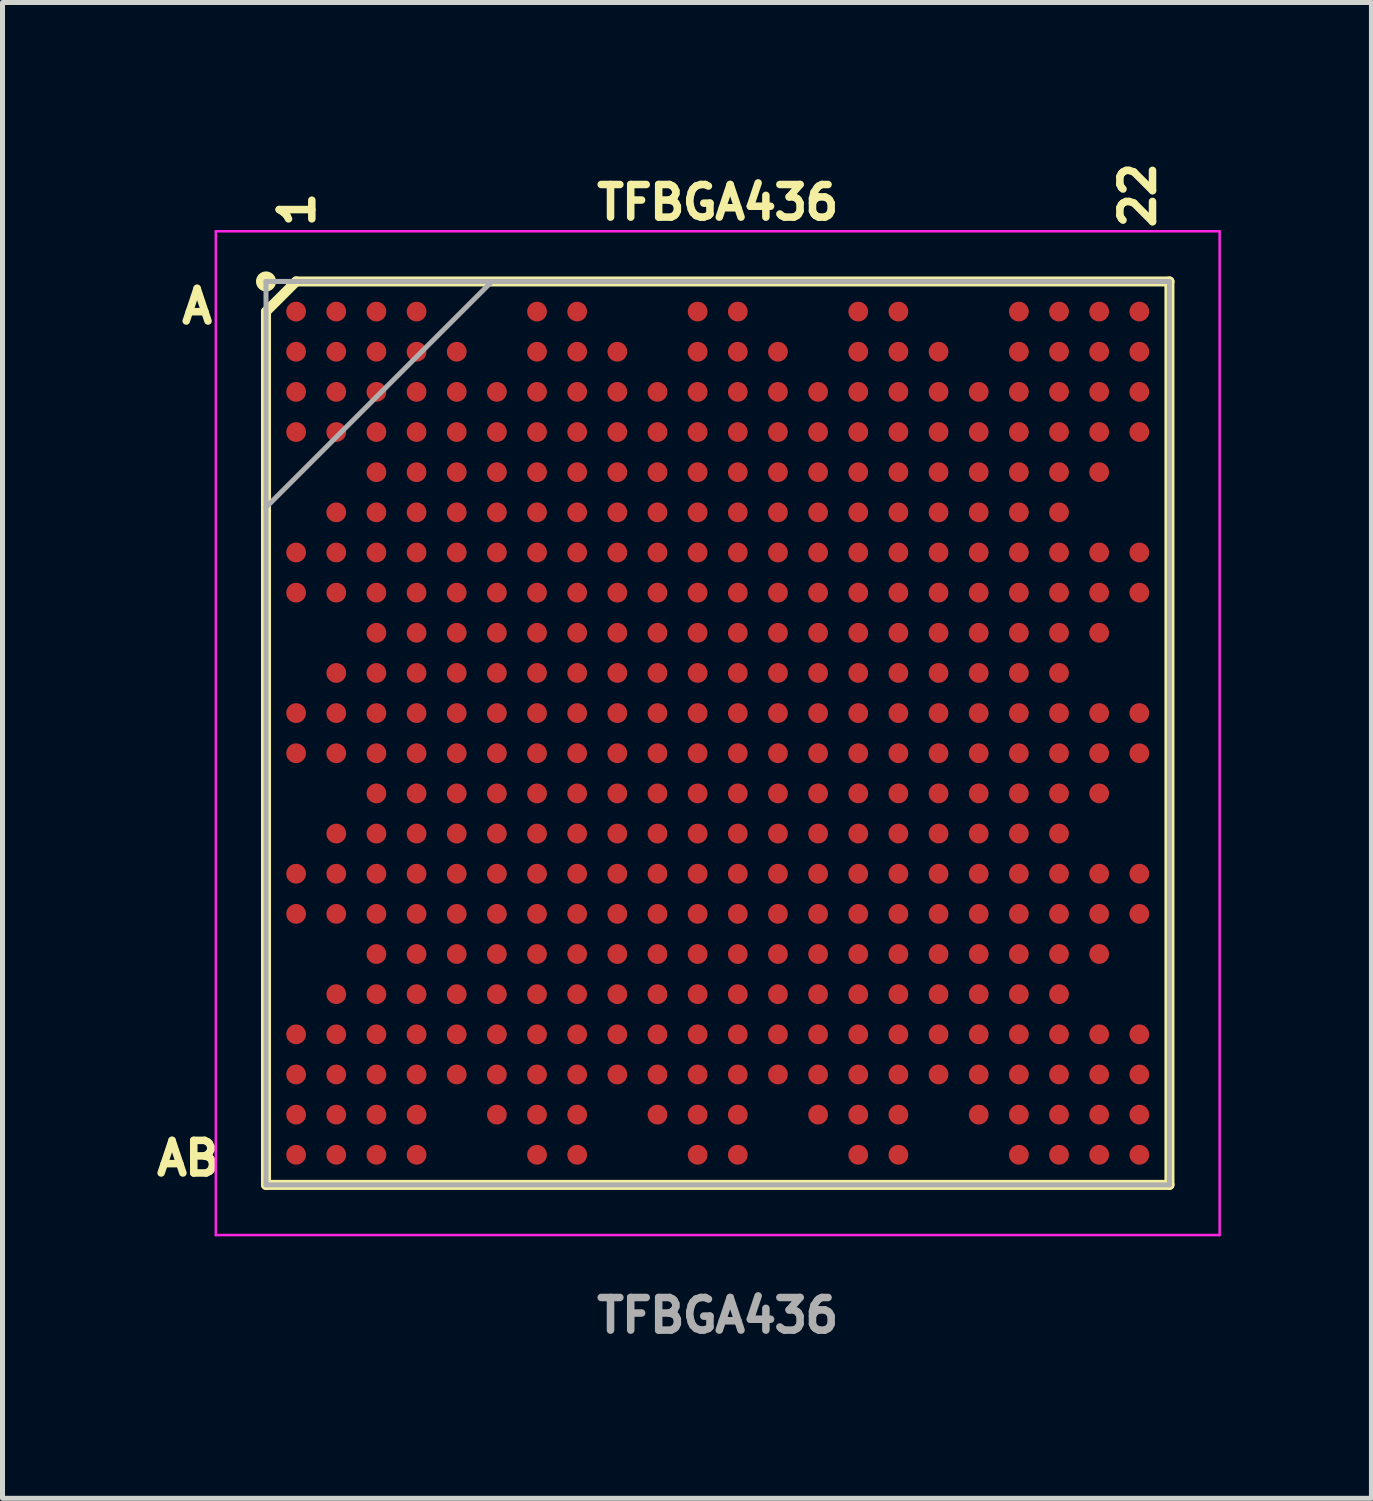
<source format=kicad_pcb>
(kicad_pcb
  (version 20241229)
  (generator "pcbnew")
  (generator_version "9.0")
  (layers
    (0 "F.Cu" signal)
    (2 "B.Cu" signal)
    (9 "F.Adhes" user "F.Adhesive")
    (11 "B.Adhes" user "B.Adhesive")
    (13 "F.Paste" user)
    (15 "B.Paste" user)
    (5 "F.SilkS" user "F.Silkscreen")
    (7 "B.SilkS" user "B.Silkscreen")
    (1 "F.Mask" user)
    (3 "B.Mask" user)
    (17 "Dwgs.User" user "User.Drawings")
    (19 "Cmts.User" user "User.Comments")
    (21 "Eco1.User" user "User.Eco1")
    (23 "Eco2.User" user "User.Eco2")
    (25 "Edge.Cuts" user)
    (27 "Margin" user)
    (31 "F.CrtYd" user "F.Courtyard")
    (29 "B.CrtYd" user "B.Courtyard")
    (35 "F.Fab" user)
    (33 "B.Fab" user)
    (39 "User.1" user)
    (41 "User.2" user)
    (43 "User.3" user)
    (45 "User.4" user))
  (footprint "TFBGA436"
    (layer "F.Cu")
    (at 11.25 11.558)
    (property "Reference" "TFBGA436" (at 0 -10.575 0) (layer "F.SilkS") (effects (font (size 0.65 0.65) (thickness 0.15) (bold yes))))
    (attr smd)
    (fp_line (start -9 -8.4) (end -8.4 -9) (stroke (width 0.2) (type solid)) (layer "F.SilkS"))
    (fp_line (start -9 9) (end -9 -8.4) (stroke (width 0.2) (type solid)) (layer "F.SilkS"))
    (fp_line (start -8.4 -9) (end 9 -9) (stroke (width 0.2) (type solid)) (layer "F.SilkS"))
    (fp_line (start 9 -9) (end 9 9) (stroke (width 0.2) (type solid)) (layer "F.SilkS"))
    (fp_line (start 9 9) (end -9 9) (stroke (width 0.2) (type solid)) (layer "F.SilkS"))
    (fp_circle (center -9 -9) (end -9 -8.9) (stroke (width 0.2) (type solid)) (fill no) (layer "F.SilkS"))
    (fp_line (start -10 -10) (end 10 -10) (stroke (width 0.05) (type solid)) (layer "F.CrtYd"))
    (fp_line (start -10 10) (end -10 -10) (stroke (width 0.05) (type solid)) (layer "F.CrtYd"))
    (fp_line (start 10 -10) (end 10 10) (stroke (width 0.05) (type solid)) (layer "F.CrtYd"))
    (fp_line (start 10 10) (end -10 10) (stroke (width 0.05) (type solid)) (layer "F.CrtYd"))
    (fp_line (start -9 -9) (end 9 -9) (stroke (width 0.1) (type solid)) (layer "F.Fab"))
    (fp_line (start -9 -4.5) (end -4.5 -9) (stroke (width 0.1) (type solid)) (layer "F.Fab"))
    (fp_line (start -9 9) (end -9 -9) (stroke (width 0.1) (type solid)) (layer "F.Fab"))
    (fp_line (start 9 -9) (end 9 9) (stroke (width 0.1) (type solid)) (layer "F.Fab"))
    (fp_line (start 9 9) (end -9 9) (stroke (width 0.1) (type solid)) (layer "F.Fab"))
    (fp_text user "A" (at -10.75 -8.125 0) (unlocked yes) (layer "F.SilkS") (effects (font (size 0.65 0.65) (thickness 0.15)) (justify left bottom)))
    (fp_text user "22" (at 8.75 -10 90) (unlocked yes) (layer "F.SilkS") (effects (font (size 0.65 0.65) (thickness 0.15)) (justify left bottom)))
    (fp_text user "1" (at -8 -10.025 90) (unlocked yes) (layer "F.SilkS") (effects (font (size 0.65 0.65) (thickness 0.15)) (justify left bottom)))
    (fp_text user "AB" (at -11.25 8.85 0) (unlocked yes) (layer "F.SilkS") (effects (font (size 0.65 0.65) (thickness 0.15)) (justify left bottom)))
    (fp_text user "${REFERENCE}" (at 0 11.6 0) (layer "F.Fab") (effects (font (size 0.65 0.65) (thickness 0.15) (bold yes))))
    (pad "A1" smd circle (at -8.4 -8.4 90) (size 0.394 0.394) (layers "F.Cu" "F.Mask" "F.Paste"))
    (pad "A2" smd circle (at -7.6 -8.4 90) (size 0.394 0.394) (layers "F.Cu" "F.Mask" "F.Paste"))
    (pad "A3" smd circle (at -6.8 -8.4 90) (size 0.394 0.394) (layers "F.Cu" "F.Mask" "F.Paste"))
    (pad "A4" smd circle (at -6 -8.4 90) (size 0.394 0.394) (layers "F.Cu" "F.Mask" "F.Paste"))
    (pad "A7" smd circle (at -3.6 -8.4 90) (size 0.394 0.394) (layers "F.Cu" "F.Mask" "F.Paste"))
    (pad "A8" smd circle (at -2.8 -8.4 90) (size 0.394 0.394) (layers "F.Cu" "F.Mask" "F.Paste"))
    (pad "A11" smd circle (at -0.4 -8.4 90) (size 0.394 0.394) (layers "F.Cu" "F.Mask" "F.Paste"))
    (pad "A12" smd circle (at 0.4 -8.4 90) (size 0.394 0.394) (layers "F.Cu" "F.Mask" "F.Paste"))
    (pad "A15" smd circle (at 2.8 -8.4 90) (size 0.394 0.394) (layers "F.Cu" "F.Mask" "F.Paste"))
    (pad "A16" smd circle (at 3.6 -8.4 90) (size 0.394 0.394) (layers "F.Cu" "F.Mask" "F.Paste"))
    (pad "A19" smd circle (at 6 -8.4 90) (size 0.394 0.394) (layers "F.Cu" "F.Mask" "F.Paste"))
    (pad "A20" smd circle (at 6.8 -8.4 90) (size 0.394 0.394) (layers "F.Cu" "F.Mask" "F.Paste"))
    (pad "A21" smd circle (at 7.6 -8.4 90) (size 0.394 0.394) (layers "F.Cu" "F.Mask" "F.Paste"))
    (pad "A22" smd circle (at 8.4 -8.4 90) (size 0.394 0.394) (layers "F.Cu" "F.Mask" "F.Paste"))
    (pad "AA1" smd circle (at -8.4 7.6 90) (size 0.394 0.394) (layers "F.Cu" "F.Mask" "F.Paste"))
    (pad "AA2" smd circle (at -7.6 7.6 90) (size 0.394 0.394) (layers "F.Cu" "F.Mask" "F.Paste"))
    (pad "AA3" smd circle (at -6.8 7.6 90) (size 0.394 0.394) (layers "F.Cu" "F.Mask" "F.Paste"))
    (pad "AA4" smd circle (at -6 7.6 90) (size 0.394 0.394) (layers "F.Cu" "F.Mask" "F.Paste"))
    (pad "AA6" smd circle (at -4.4 7.6 90) (size 0.394 0.394) (layers "F.Cu" "F.Mask" "F.Paste"))
    (pad "AA7" smd circle (at -3.6 7.6 90) (size 0.394 0.394) (layers "F.Cu" "F.Mask" "F.Paste"))
    (pad "AA8" smd circle (at -2.8 7.6 90) (size 0.394 0.394) (layers "F.Cu" "F.Mask" "F.Paste"))
    (pad "AA10" smd circle (at -1.2 7.6 90) (size 0.394 0.394) (layers "F.Cu" "F.Mask" "F.Paste"))
    (pad "AA11" smd circle (at -0.4 7.6 90) (size 0.394 0.394) (layers "F.Cu" "F.Mask" "F.Paste"))
    (pad "AA12" smd circle (at 0.4 7.6 90) (size 0.394 0.394) (layers "F.Cu" "F.Mask" "F.Paste"))
    (pad "AA14" smd circle (at 2 7.6 90) (size 0.394 0.394) (layers "F.Cu" "F.Mask" "F.Paste"))
    (pad "AA15" smd circle (at 2.8 7.6 90) (size 0.394 0.394) (layers "F.Cu" "F.Mask" "F.Paste"))
    (pad "AA16" smd circle (at 3.6 7.6 90) (size 0.394 0.394) (layers "F.Cu" "F.Mask" "F.Paste"))
    (pad "AA18" smd circle (at 5.2 7.6 90) (size 0.394 0.394) (layers "F.Cu" "F.Mask" "F.Paste"))
    (pad "AA19" smd circle (at 6 7.6 90) (size 0.394 0.394) (layers "F.Cu" "F.Mask" "F.Paste"))
    (pad "AA20" smd circle (at 6.8 7.6 90) (size 0.394 0.394) (layers "F.Cu" "F.Mask" "F.Paste"))
    (pad "AA21" smd circle (at 7.6 7.6 90) (size 0.394 0.394) (layers "F.Cu" "F.Mask" "F.Paste"))
    (pad "AA22" smd circle (at 8.4 7.6 90) (size 0.394 0.394) (layers "F.Cu" "F.Mask" "F.Paste"))
    (pad "AB1" smd circle (at -8.4 8.4 90) (size 0.394 0.394) (layers "F.Cu" "F.Mask" "F.Paste"))
    (pad "AB2" smd circle (at -7.6 8.4 90) (size 0.394 0.394) (layers "F.Cu" "F.Mask" "F.Paste"))
    (pad "AB3" smd circle (at -6.8 8.4 90) (size 0.394 0.394) (layers "F.Cu" "F.Mask" "F.Paste"))
    (pad "AB4" smd circle (at -6 8.4 90) (size 0.394 0.394) (layers "F.Cu" "F.Mask" "F.Paste"))
    (pad "AB7" smd circle (at -3.6 8.4 90) (size 0.394 0.394) (layers "F.Cu" "F.Mask" "F.Paste"))
    (pad "AB8" smd circle (at -2.8 8.4 90) (size 0.394 0.394) (layers "F.Cu" "F.Mask" "F.Paste"))
    (pad "AB11" smd circle (at -0.4 8.4 90) (size 0.394 0.394) (layers "F.Cu" "F.Mask" "F.Paste"))
    (pad "AB12" smd circle (at 0.4 8.4 90) (size 0.394 0.394) (layers "F.Cu" "F.Mask" "F.Paste"))
    (pad "AB15" smd circle (at 2.8 8.4 90) (size 0.394 0.394) (layers "F.Cu" "F.Mask" "F.Paste"))
    (pad "AB16" smd circle (at 3.6 8.4 90) (size 0.394 0.394) (layers "F.Cu" "F.Mask" "F.Paste"))
    (pad "AB19" smd circle (at 6 8.4 90) (size 0.394 0.394) (layers "F.Cu" "F.Mask" "F.Paste"))
    (pad "AB20" smd circle (at 6.8 8.4 90) (size 0.394 0.394) (layers "F.Cu" "F.Mask" "F.Paste"))
    (pad "AB21" smd circle (at 7.6 8.4 90) (size 0.394 0.394) (layers "F.Cu" "F.Mask" "F.Paste"))
    (pad "AB22" smd circle (at 8.4 8.4 90) (size 0.394 0.394) (layers "F.Cu" "F.Mask" "F.Paste"))
    (pad "B1" smd circle (at -8.4 -7.6 90) (size 0.394 0.394) (layers "F.Cu" "F.Mask" "F.Paste"))
    (pad "B2" smd circle (at -7.6 -7.6 90) (size 0.394 0.394) (layers "F.Cu" "F.Mask" "F.Paste"))
    (pad "B3" smd circle (at -6.8 -7.6 90) (size 0.394 0.394) (layers "F.Cu" "F.Mask" "F.Paste"))
    (pad "B4" smd circle (at -6 -7.6 90) (size 0.394 0.394) (layers "F.Cu" "F.Mask" "F.Paste"))
    (pad "B5" smd circle (at -5.2 -7.6 90) (size 0.394 0.394) (layers "F.Cu" "F.Mask" "F.Paste"))
    (pad "B7" smd circle (at -3.6 -7.6 90) (size 0.394 0.394) (layers "F.Cu" "F.Mask" "F.Paste"))
    (pad "B8" smd circle (at -2.8 -7.6 90) (size 0.394 0.394) (layers "F.Cu" "F.Mask" "F.Paste"))
    (pad "B9" smd circle (at -2 -7.6 90) (size 0.394 0.394) (layers "F.Cu" "F.Mask" "F.Paste"))
    (pad "B11" smd circle (at -0.4 -7.6 90) (size 0.394 0.394) (layers "F.Cu" "F.Mask" "F.Paste"))
    (pad "B12" smd circle (at 0.4 -7.6 90) (size 0.394 0.394) (layers "F.Cu" "F.Mask" "F.Paste"))
    (pad "B13" smd circle (at 1.2 -7.6 90) (size 0.394 0.394) (layers "F.Cu" "F.Mask" "F.Paste"))
    (pad "B15" smd circle (at 2.8 -7.6 90) (size 0.394 0.394) (layers "F.Cu" "F.Mask" "F.Paste"))
    (pad "B16" smd circle (at 3.6 -7.6 90) (size 0.394 0.394) (layers "F.Cu" "F.Mask" "F.Paste"))
    (pad "B17" smd circle (at 4.4 -7.6 90) (size 0.394 0.394) (layers "F.Cu" "F.Mask" "F.Paste"))
    (pad "B19" smd circle (at 6 -7.6 90) (size 0.394 0.394) (layers "F.Cu" "F.Mask" "F.Paste"))
    (pad "B20" smd circle (at 6.8 -7.6 90) (size 0.394 0.394) (layers "F.Cu" "F.Mask" "F.Paste"))
    (pad "B21" smd circle (at 7.6 -7.6 90) (size 0.394 0.394) (layers "F.Cu" "F.Mask" "F.Paste"))
    (pad "B22" smd circle (at 8.4 -7.6 90) (size 0.394 0.394) (layers "F.Cu" "F.Mask" "F.Paste"))
    (pad "C1" smd circle (at -8.4 -6.8 90) (size 0.394 0.394) (layers "F.Cu" "F.Mask" "F.Paste"))
    (pad "C2" smd circle (at -7.6 -6.8 90) (size 0.394 0.394) (layers "F.Cu" "F.Mask" "F.Paste"))
    (pad "C3" smd circle (at -6.8 -6.8 90) (size 0.394 0.394) (layers "F.Cu" "F.Mask" "F.Paste"))
    (pad "C4" smd circle (at -6 -6.8 90) (size 0.394 0.394) (layers "F.Cu" "F.Mask" "F.Paste"))
    (pad "C5" smd circle (at -5.2 -6.8 90) (size 0.394 0.394) (layers "F.Cu" "F.Mask" "F.Paste"))
    (pad "C6" smd circle (at -4.4 -6.8 90) (size 0.394 0.394) (layers "F.Cu" "F.Mask" "F.Paste"))
    (pad "C7" smd circle (at -3.6 -6.8 90) (size 0.394 0.394) (layers "F.Cu" "F.Mask" "F.Paste"))
    (pad "C8" smd circle (at -2.8 -6.8 90) (size 0.394 0.394) (layers "F.Cu" "F.Mask" "F.Paste"))
    (pad "C9" smd circle (at -2 -6.8 90) (size 0.394 0.394) (layers "F.Cu" "F.Mask" "F.Paste"))
    (pad "C10" smd circle (at -1.2 -6.8 90) (size 0.394 0.394) (layers "F.Cu" "F.Mask" "F.Paste"))
    (pad "C11" smd circle (at -0.4 -6.8 90) (size 0.394 0.394) (layers "F.Cu" "F.Mask" "F.Paste"))
    (pad "C12" smd circle (at 0.4 -6.8 90) (size 0.394 0.394) (layers "F.Cu" "F.Mask" "F.Paste"))
    (pad "C13" smd circle (at 1.2 -6.8 90) (size 0.394 0.394) (layers "F.Cu" "F.Mask" "F.Paste"))
    (pad "C14" smd circle (at 2 -6.8 90) (size 0.394 0.394) (layers "F.Cu" "F.Mask" "F.Paste"))
    (pad "C15" smd circle (at 2.8 -6.8 90) (size 0.394 0.394) (layers "F.Cu" "F.Mask" "F.Paste"))
    (pad "C16" smd circle (at 3.6 -6.8 90) (size 0.394 0.394) (layers "F.Cu" "F.Mask" "F.Paste"))
    (pad "C17" smd circle (at 4.4 -6.8 90) (size 0.394 0.394) (layers "F.Cu" "F.Mask" "F.Paste"))
    (pad "C18" smd circle (at 5.2 -6.8 90) (size 0.394 0.394) (layers "F.Cu" "F.Mask" "F.Paste"))
    (pad "C19" smd circle (at 6 -6.8 90) (size 0.394 0.394) (layers "F.Cu" "F.Mask" "F.Paste"))
    (pad "C20" smd circle (at 6.8 -6.8 90) (size 0.394 0.394) (layers "F.Cu" "F.Mask" "F.Paste"))
    (pad "C21" smd circle (at 7.6 -6.8 90) (size 0.394 0.394) (layers "F.Cu" "F.Mask" "F.Paste"))
    (pad "C22" smd circle (at 8.4 -6.8 90) (size 0.394 0.394) (layers "F.Cu" "F.Mask" "F.Paste"))
    (pad "D1" smd circle (at -8.4 -6 90) (size 0.394 0.394) (layers "F.Cu" "F.Mask" "F.Paste"))
    (pad "D2" smd circle (at -7.6 -6 90) (size 0.394 0.394) (layers "F.Cu" "F.Mask" "F.Paste"))
    (pad "D3" smd circle (at -6.8 -6 90) (size 0.394 0.394) (layers "F.Cu" "F.Mask" "F.Paste"))
    (pad "D4" smd circle (at -6 -6 90) (size 0.394 0.394) (layers "F.Cu" "F.Mask" "F.Paste"))
    (pad "D5" smd circle (at -5.2 -6 90) (size 0.394 0.394) (layers "F.Cu" "F.Mask" "F.Paste"))
    (pad "D6" smd circle (at -4.4 -6 90) (size 0.394 0.394) (layers "F.Cu" "F.Mask" "F.Paste"))
    (pad "D7" smd circle (at -3.6 -6 90) (size 0.394 0.394) (layers "F.Cu" "F.Mask" "F.Paste"))
    (pad "D8" smd circle (at -2.8 -6 90) (size 0.394 0.394) (layers "F.Cu" "F.Mask" "F.Paste"))
    (pad "D9" smd circle (at -2 -6 90) (size 0.394 0.394) (layers "F.Cu" "F.Mask" "F.Paste"))
    (pad "D10" smd circle (at -1.2 -6 90) (size 0.394 0.394) (layers "F.Cu" "F.Mask" "F.Paste"))
    (pad "D11" smd circle (at -0.4 -6 90) (size 0.394 0.394) (layers "F.Cu" "F.Mask" "F.Paste"))
    (pad "D12" smd circle (at 0.4 -6 90) (size 0.394 0.394) (layers "F.Cu" "F.Mask" "F.Paste"))
    (pad "D13" smd circle (at 1.2 -6 90) (size 0.394 0.394) (layers "F.Cu" "F.Mask" "F.Paste"))
    (pad "D14" smd circle (at 2 -6 90) (size 0.394 0.394) (layers "F.Cu" "F.Mask" "F.Paste"))
    (pad "D15" smd circle (at 2.8 -6 90) (size 0.394 0.394) (layers "F.Cu" "F.Mask" "F.Paste"))
    (pad "D16" smd circle (at 3.6 -6 90) (size 0.394 0.394) (layers "F.Cu" "F.Mask" "F.Paste"))
    (pad "D17" smd circle (at 4.4 -6 90) (size 0.394 0.394) (layers "F.Cu" "F.Mask" "F.Paste"))
    (pad "D18" smd circle (at 5.2 -6 90) (size 0.394 0.394) (layers "F.Cu" "F.Mask" "F.Paste"))
    (pad "D19" smd circle (at 6 -6 90) (size 0.394 0.394) (layers "F.Cu" "F.Mask" "F.Paste"))
    (pad "D20" smd circle (at 6.8 -6 90) (size 0.394 0.394) (layers "F.Cu" "F.Mask" "F.Paste"))
    (pad "D21" smd circle (at 7.6 -6 90) (size 0.394 0.394) (layers "F.Cu" "F.Mask" "F.Paste"))
    (pad "D22" smd circle (at 8.4 -6 90) (size 0.394 0.394) (layers "F.Cu" "F.Mask" "F.Paste"))
    (pad "E3" smd circle (at -6.8 -5.2 90) (size 0.394 0.394) (layers "F.Cu" "F.Mask" "F.Paste"))
    (pad "E4" smd circle (at -6 -5.2 90) (size 0.394 0.394) (layers "F.Cu" "F.Mask" "F.Paste"))
    (pad "E5" smd circle (at -5.2 -5.2 90) (size 0.394 0.394) (layers "F.Cu" "F.Mask" "F.Paste"))
    (pad "E6" smd circle (at -4.4 -5.2 90) (size 0.394 0.394) (layers "F.Cu" "F.Mask" "F.Paste"))
    (pad "E7" smd circle (at -3.6 -5.2 90) (size 0.394 0.394) (layers "F.Cu" "F.Mask" "F.Paste"))
    (pad "E8" smd circle (at -2.8 -5.2 90) (size 0.394 0.394) (layers "F.Cu" "F.Mask" "F.Paste"))
    (pad "E9" smd circle (at -2 -5.2 90) (size 0.394 0.394) (layers "F.Cu" "F.Mask" "F.Paste"))
    (pad "E10" smd circle (at -1.2 -5.2 90) (size 0.394 0.394) (layers "F.Cu" "F.Mask" "F.Paste"))
    (pad "E11" smd circle (at -0.4 -5.2 90) (size 0.394 0.394) (layers "F.Cu" "F.Mask" "F.Paste"))
    (pad "E12" smd circle (at 0.4 -5.2 90) (size 0.394 0.394) (layers "F.Cu" "F.Mask" "F.Paste"))
    (pad "E13" smd circle (at 1.2 -5.2 90) (size 0.394 0.394) (layers "F.Cu" "F.Mask" "F.Paste"))
    (pad "E14" smd circle (at 2 -5.2 90) (size 0.394 0.394) (layers "F.Cu" "F.Mask" "F.Paste"))
    (pad "E15" smd circle (at 2.8 -5.2 90) (size 0.394 0.394) (layers "F.Cu" "F.Mask" "F.Paste"))
    (pad "E16" smd circle (at 3.6 -5.2 90) (size 0.394 0.394) (layers "F.Cu" "F.Mask" "F.Paste"))
    (pad "E17" smd circle (at 4.4 -5.2 90) (size 0.394 0.394) (layers "F.Cu" "F.Mask" "F.Paste"))
    (pad "E18" smd circle (at 5.2 -5.2 90) (size 0.394 0.394) (layers "F.Cu" "F.Mask" "F.Paste"))
    (pad "E19" smd circle (at 6 -5.2 90) (size 0.394 0.394) (layers "F.Cu" "F.Mask" "F.Paste"))
    (pad "E20" smd circle (at 6.8 -5.2 90) (size 0.394 0.394) (layers "F.Cu" "F.Mask" "F.Paste"))
    (pad "E21" smd circle (at 7.6 -5.2 90) (size 0.394 0.394) (layers "F.Cu" "F.Mask" "F.Paste"))
    (pad "F2" smd circle (at -7.6 -4.4 90) (size 0.394 0.394) (layers "F.Cu" "F.Mask" "F.Paste"))
    (pad "F3" smd circle (at -6.8 -4.4 90) (size 0.394 0.394) (layers "F.Cu" "F.Mask" "F.Paste"))
    (pad "F4" smd circle (at -6 -4.4 90) (size 0.394 0.394) (layers "F.Cu" "F.Mask" "F.Paste"))
    (pad "F5" smd circle (at -5.2 -4.4 90) (size 0.394 0.394) (layers "F.Cu" "F.Mask" "F.Paste"))
    (pad "F6" smd circle (at -4.4 -4.4 90) (size 0.394 0.394) (layers "F.Cu" "F.Mask" "F.Paste"))
    (pad "F7" smd circle (at -3.6 -4.4 90) (size 0.394 0.394) (layers "F.Cu" "F.Mask" "F.Paste"))
    (pad "F8" smd circle (at -2.8 -4.4 90) (size 0.394 0.394) (layers "F.Cu" "F.Mask" "F.Paste"))
    (pad "F9" smd circle (at -2 -4.4 90) (size 0.394 0.394) (layers "F.Cu" "F.Mask" "F.Paste"))
    (pad "F10" smd circle (at -1.2 -4.4 90) (size 0.394 0.394) (layers "F.Cu" "F.Mask" "F.Paste"))
    (pad "F11" smd circle (at -0.4 -4.4 90) (size 0.394 0.394) (layers "F.Cu" "F.Mask" "F.Paste"))
    (pad "F12" smd circle (at 0.4 -4.4 90) (size 0.394 0.394) (layers "F.Cu" "F.Mask" "F.Paste"))
    (pad "F13" smd circle (at 1.2 -4.4 90) (size 0.394 0.394) (layers "F.Cu" "F.Mask" "F.Paste"))
    (pad "F14" smd circle (at 2 -4.4 90) (size 0.394 0.394) (layers "F.Cu" "F.Mask" "F.Paste"))
    (pad "F15" smd circle (at 2.8 -4.4 90) (size 0.394 0.394) (layers "F.Cu" "F.Mask" "F.Paste"))
    (pad "F16" smd circle (at 3.6 -4.4 90) (size 0.394 0.394) (layers "F.Cu" "F.Mask" "F.Paste"))
    (pad "F17" smd circle (at 4.4 -4.4 90) (size 0.394 0.394) (layers "F.Cu" "F.Mask" "F.Paste"))
    (pad "F18" smd circle (at 5.2 -4.4 90) (size 0.394 0.394) (layers "F.Cu" "F.Mask" "F.Paste"))
    (pad "F19" smd circle (at 6 -4.4 90) (size 0.394 0.394) (layers "F.Cu" "F.Mask" "F.Paste"))
    (pad "F20" smd circle (at 6.8 -4.4 90) (size 0.394 0.394) (layers "F.Cu" "F.Mask" "F.Paste"))
    (pad "G1" smd circle (at -8.4 -3.6 90) (size 0.394 0.394) (layers "F.Cu" "F.Mask" "F.Paste"))
    (pad "G2" smd circle (at -7.6 -3.6 90) (size 0.394 0.394) (layers "F.Cu" "F.Mask" "F.Paste"))
    (pad "G3" smd circle (at -6.8 -3.6 90) (size 0.394 0.394) (layers "F.Cu" "F.Mask" "F.Paste"))
    (pad "G4" smd circle (at -6 -3.6 90) (size 0.394 0.394) (layers "F.Cu" "F.Mask" "F.Paste"))
    (pad "G5" smd circle (at -5.2 -3.6 90) (size 0.394 0.394) (layers "F.Cu" "F.Mask" "F.Paste"))
    (pad "G6" smd circle (at -4.4 -3.6 90) (size 0.394 0.394) (layers "F.Cu" "F.Mask" "F.Paste"))
    (pad "G7" smd circle (at -3.6 -3.6 90) (size 0.394 0.394) (layers "F.Cu" "F.Mask" "F.Paste"))
    (pad "G8" smd circle (at -2.8 -3.6 90) (size 0.394 0.394) (layers "F.Cu" "F.Mask" "F.Paste"))
    (pad "G9" smd circle (at -2 -3.6 90) (size 0.394 0.394) (layers "F.Cu" "F.Mask" "F.Paste"))
    (pad "G10" smd circle (at -1.2 -3.6 90) (size 0.394 0.394) (layers "F.Cu" "F.Mask" "F.Paste"))
    (pad "G11" smd circle (at -0.4 -3.6 90) (size 0.394 0.394) (layers "F.Cu" "F.Mask" "F.Paste"))
    (pad "G12" smd circle (at 0.4 -3.6 90) (size 0.394 0.394) (layers "F.Cu" "F.Mask" "F.Paste"))
    (pad "G13" smd circle (at 1.2 -3.6 90) (size 0.394 0.394) (layers "F.Cu" "F.Mask" "F.Paste"))
    (pad "G14" smd circle (at 2 -3.6 90) (size 0.394 0.394) (layers "F.Cu" "F.Mask" "F.Paste"))
    (pad "G15" smd circle (at 2.8 -3.6 90) (size 0.394 0.394) (layers "F.Cu" "F.Mask" "F.Paste"))
    (pad "G16" smd circle (at 3.6 -3.6 90) (size 0.394 0.394) (layers "F.Cu" "F.Mask" "F.Paste"))
    (pad "G17" smd circle (at 4.4 -3.6 90) (size 0.394 0.394) (layers "F.Cu" "F.Mask" "F.Paste"))
    (pad "G18" smd circle (at 5.2 -3.6 90) (size 0.394 0.394) (layers "F.Cu" "F.Mask" "F.Paste"))
    (pad "G19" smd circle (at 6 -3.6 90) (size 0.394 0.394) (layers "F.Cu" "F.Mask" "F.Paste"))
    (pad "G20" smd circle (at 6.8 -3.6 90) (size 0.394 0.394) (layers "F.Cu" "F.Mask" "F.Paste"))
    (pad "G21" smd circle (at 7.6 -3.6 90) (size 0.394 0.394) (layers "F.Cu" "F.Mask" "F.Paste"))
    (pad "G22" smd circle (at 8.4 -3.6 90) (size 0.394 0.394) (layers "F.Cu" "F.Mask" "F.Paste"))
    (pad "H1" smd circle (at -8.4 -2.8 90) (size 0.394 0.394) (layers "F.Cu" "F.Mask" "F.Paste"))
    (pad "H2" smd circle (at -7.6 -2.8 90) (size 0.394 0.394) (layers "F.Cu" "F.Mask" "F.Paste"))
    (pad "H3" smd circle (at -6.8 -2.8 90) (size 0.394 0.394) (layers "F.Cu" "F.Mask" "F.Paste"))
    (pad "H4" smd circle (at -6 -2.8 90) (size 0.394 0.394) (layers "F.Cu" "F.Mask" "F.Paste"))
    (pad "H5" smd circle (at -5.2 -2.8 90) (size 0.394 0.394) (layers "F.Cu" "F.Mask" "F.Paste"))
    (pad "H6" smd circle (at -4.4 -2.8 90) (size 0.394 0.394) (layers "F.Cu" "F.Mask" "F.Paste"))
    (pad "H7" smd circle (at -3.6 -2.8 90) (size 0.394 0.394) (layers "F.Cu" "F.Mask" "F.Paste"))
    (pad "H8" smd circle (at -2.8 -2.8 90) (size 0.394 0.394) (layers "F.Cu" "F.Mask" "F.Paste"))
    (pad "H9" smd circle (at -2 -2.8 90) (size 0.394 0.394) (layers "F.Cu" "F.Mask" "F.Paste"))
    (pad "H10" smd circle (at -1.2 -2.8 90) (size 0.394 0.394) (layers "F.Cu" "F.Mask" "F.Paste"))
    (pad "H11" smd circle (at -0.4 -2.8 90) (size 0.394 0.394) (layers "F.Cu" "F.Mask" "F.Paste"))
    (pad "H12" smd circle (at 0.4 -2.8 90) (size 0.394 0.394) (layers "F.Cu" "F.Mask" "F.Paste"))
    (pad "H13" smd circle (at 1.2 -2.8 90) (size 0.394 0.394) (layers "F.Cu" "F.Mask" "F.Paste"))
    (pad "H14" smd circle (at 2 -2.8 90) (size 0.394 0.394) (layers "F.Cu" "F.Mask" "F.Paste"))
    (pad "H15" smd circle (at 2.8 -2.8 90) (size 0.394 0.394) (layers "F.Cu" "F.Mask" "F.Paste"))
    (pad "H16" smd circle (at 3.6 -2.8 90) (size 0.394 0.394) (layers "F.Cu" "F.Mask" "F.Paste"))
    (pad "H17" smd circle (at 4.4 -2.8 90) (size 0.394 0.394) (layers "F.Cu" "F.Mask" "F.Paste"))
    (pad "H18" smd circle (at 5.2 -2.8 90) (size 0.394 0.394) (layers "F.Cu" "F.Mask" "F.Paste"))
    (pad "H19" smd circle (at 6 -2.8 90) (size 0.394 0.394) (layers "F.Cu" "F.Mask" "F.Paste"))
    (pad "H20" smd circle (at 6.8 -2.8 90) (size 0.394 0.394) (layers "F.Cu" "F.Mask" "F.Paste"))
    (pad "H21" smd circle (at 7.6 -2.8 90) (size 0.394 0.394) (layers "F.Cu" "F.Mask" "F.Paste"))
    (pad "H22" smd circle (at 8.4 -2.8 90) (size 0.394 0.394) (layers "F.Cu" "F.Mask" "F.Paste"))
    (pad "J3" smd circle (at -6.8 -2 90) (size 0.394 0.394) (layers "F.Cu" "F.Mask" "F.Paste"))
    (pad "J4" smd circle (at -6 -2 90) (size 0.394 0.394) (layers "F.Cu" "F.Mask" "F.Paste"))
    (pad "J5" smd circle (at -5.2 -2 90) (size 0.394 0.394) (layers "F.Cu" "F.Mask" "F.Paste"))
    (pad "J6" smd circle (at -4.4 -2 90) (size 0.394 0.394) (layers "F.Cu" "F.Mask" "F.Paste"))
    (pad "J7" smd circle (at -3.6 -2 90) (size 0.394 0.394) (layers "F.Cu" "F.Mask" "F.Paste"))
    (pad "J8" smd circle (at -2.8 -2 90) (size 0.394 0.394) (layers "F.Cu" "F.Mask" "F.Paste"))
    (pad "J9" smd circle (at -2 -2 90) (size 0.394 0.394) (layers "F.Cu" "F.Mask" "F.Paste"))
    (pad "J10" smd circle (at -1.2 -2 90) (size 0.394 0.394) (layers "F.Cu" "F.Mask" "F.Paste"))
    (pad "J11" smd circle (at -0.4 -2 90) (size 0.394 0.394) (layers "F.Cu" "F.Mask" "F.Paste"))
    (pad "J12" smd circle (at 0.4 -2 90) (size 0.394 0.394) (layers "F.Cu" "F.Mask" "F.Paste"))
    (pad "J13" smd circle (at 1.2 -2 90) (size 0.394 0.394) (layers "F.Cu" "F.Mask" "F.Paste"))
    (pad "J14" smd circle (at 2 -2 90) (size 0.394 0.394) (layers "F.Cu" "F.Mask" "F.Paste"))
    (pad "J15" smd circle (at 2.8 -2 90) (size 0.394 0.394) (layers "F.Cu" "F.Mask" "F.Paste"))
    (pad "J16" smd circle (at 3.6 -2 90) (size 0.394 0.394) (layers "F.Cu" "F.Mask" "F.Paste"))
    (pad "J17" smd circle (at 4.4 -2 90) (size 0.394 0.394) (layers "F.Cu" "F.Mask" "F.Paste"))
    (pad "J18" smd circle (at 5.2 -2 90) (size 0.394 0.394) (layers "F.Cu" "F.Mask" "F.Paste"))
    (pad "J19" smd circle (at 6 -2 90) (size 0.394 0.394) (layers "F.Cu" "F.Mask" "F.Paste"))
    (pad "J20" smd circle (at 6.8 -2 90) (size 0.394 0.394) (layers "F.Cu" "F.Mask" "F.Paste"))
    (pad "J21" smd circle (at 7.6 -2 90) (size 0.394 0.394) (layers "F.Cu" "F.Mask" "F.Paste"))
    (pad "K2" smd circle (at -7.6 -1.2 90) (size 0.394 0.394) (layers "F.Cu" "F.Mask" "F.Paste"))
    (pad "K3" smd circle (at -6.8 -1.2 90) (size 0.394 0.394) (layers "F.Cu" "F.Mask" "F.Paste"))
    (pad "K4" smd circle (at -6 -1.2 90) (size 0.394 0.394) (layers "F.Cu" "F.Mask" "F.Paste"))
    (pad "K5" smd circle (at -5.2 -1.2 90) (size 0.394 0.394) (layers "F.Cu" "F.Mask" "F.Paste"))
    (pad "K6" smd circle (at -4.4 -1.2 90) (size 0.394 0.394) (layers "F.Cu" "F.Mask" "F.Paste"))
    (pad "K7" smd circle (at -3.6 -1.2 90) (size 0.394 0.394) (layers "F.Cu" "F.Mask" "F.Paste"))
    (pad "K8" smd circle (at -2.8 -1.2 90) (size 0.394 0.394) (layers "F.Cu" "F.Mask" "F.Paste"))
    (pad "K9" smd circle (at -2 -1.2 90) (size 0.394 0.394) (layers "F.Cu" "F.Mask" "F.Paste"))
    (pad "K10" smd circle (at -1.2 -1.2 90) (size 0.394 0.394) (layers "F.Cu" "F.Mask" "F.Paste"))
    (pad "K11" smd circle (at -0.4 -1.2 90) (size 0.394 0.394) (layers "F.Cu" "F.Mask" "F.Paste"))
    (pad "K12" smd circle (at 0.4 -1.2 90) (size 0.394 0.394) (layers "F.Cu" "F.Mask" "F.Paste"))
    (pad "K13" smd circle (at 1.2 -1.2 90) (size 0.394 0.394) (layers "F.Cu" "F.Mask" "F.Paste"))
    (pad "K14" smd circle (at 2 -1.2 90) (size 0.394 0.394) (layers "F.Cu" "F.Mask" "F.Paste"))
    (pad "K15" smd circle (at 2.8 -1.2 90) (size 0.394 0.394) (layers "F.Cu" "F.Mask" "F.Paste"))
    (pad "K16" smd circle (at 3.6 -1.2 90) (size 0.394 0.394) (layers "F.Cu" "F.Mask" "F.Paste"))
    (pad "K17" smd circle (at 4.4 -1.2 90) (size 0.394 0.394) (layers "F.Cu" "F.Mask" "F.Paste"))
    (pad "K18" smd circle (at 5.2 -1.2 90) (size 0.394 0.394) (layers "F.Cu" "F.Mask" "F.Paste"))
    (pad "K19" smd circle (at 6 -1.2 90) (size 0.394 0.394) (layers "F.Cu" "F.Mask" "F.Paste"))
    (pad "K20" smd circle (at 6.8 -1.2 90) (size 0.394 0.394) (layers "F.Cu" "F.Mask" "F.Paste"))
    (pad "L1" smd circle (at -8.4 -0.4 90) (size 0.394 0.394) (layers "F.Cu" "F.Mask" "F.Paste"))
    (pad "L2" smd circle (at -7.6 -0.4 90) (size 0.394 0.394) (layers "F.Cu" "F.Mask" "F.Paste"))
    (pad "L3" smd circle (at -6.8 -0.4 90) (size 0.394 0.394) (layers "F.Cu" "F.Mask" "F.Paste"))
    (pad "L4" smd circle (at -6 -0.4 90) (size 0.394 0.394) (layers "F.Cu" "F.Mask" "F.Paste"))
    (pad "L5" smd circle (at -5.2 -0.4 90) (size 0.394 0.394) (layers "F.Cu" "F.Mask" "F.Paste"))
    (pad "L6" smd circle (at -4.4 -0.4 90) (size 0.394 0.394) (layers "F.Cu" "F.Mask" "F.Paste"))
    (pad "L7" smd circle (at -3.6 -0.4 90) (size 0.394 0.394) (layers "F.Cu" "F.Mask" "F.Paste"))
    (pad "L8" smd circle (at -2.8 -0.4 90) (size 0.394 0.394) (layers "F.Cu" "F.Mask" "F.Paste"))
    (pad "L9" smd circle (at -2 -0.4 90) (size 0.394 0.394) (layers "F.Cu" "F.Mask" "F.Paste"))
    (pad "L10" smd circle (at -1.2 -0.4 90) (size 0.394 0.394) (layers "F.Cu" "F.Mask" "F.Paste"))
    (pad "L11" smd circle (at -0.4 -0.4 90) (size 0.394 0.394) (layers "F.Cu" "F.Mask" "F.Paste"))
    (pad "L12" smd circle (at 0.4 -0.4 90) (size 0.394 0.394) (layers "F.Cu" "F.Mask" "F.Paste"))
    (pad "L13" smd circle (at 1.2 -0.4 90) (size 0.394 0.394) (layers "F.Cu" "F.Mask" "F.Paste"))
    (pad "L14" smd circle (at 2 -0.4 90) (size 0.394 0.394) (layers "F.Cu" "F.Mask" "F.Paste"))
    (pad "L15" smd circle (at 2.8 -0.4 90) (size 0.394 0.394) (layers "F.Cu" "F.Mask" "F.Paste"))
    (pad "L16" smd circle (at 3.6 -0.4 90) (size 0.394 0.394) (layers "F.Cu" "F.Mask" "F.Paste"))
    (pad "L17" smd circle (at 4.4 -0.4 90) (size 0.394 0.394) (layers "F.Cu" "F.Mask" "F.Paste"))
    (pad "L18" smd circle (at 5.2 -0.4 90) (size 0.394 0.394) (layers "F.Cu" "F.Mask" "F.Paste"))
    (pad "L19" smd circle (at 6 -0.4 90) (size 0.394 0.394) (layers "F.Cu" "F.Mask" "F.Paste"))
    (pad "L20" smd circle (at 6.8 -0.4 90) (size 0.394 0.394) (layers "F.Cu" "F.Mask" "F.Paste"))
    (pad "L21" smd circle (at 7.6 -0.4 90) (size 0.394 0.394) (layers "F.Cu" "F.Mask" "F.Paste"))
    (pad "L22" smd circle (at 8.4 -0.4 90) (size 0.394 0.394) (layers "F.Cu" "F.Mask" "F.Paste"))
    (pad "M1" smd circle (at -8.4 0.4 90) (size 0.394 0.394) (layers "F.Cu" "F.Mask" "F.Paste"))
    (pad "M2" smd circle (at -7.6 0.4 90) (size 0.394 0.394) (layers "F.Cu" "F.Mask" "F.Paste"))
    (pad "M3" smd circle (at -6.8 0.4 90) (size 0.394 0.394) (layers "F.Cu" "F.Mask" "F.Paste"))
    (pad "M4" smd circle (at -6 0.4 90) (size 0.394 0.394) (layers "F.Cu" "F.Mask" "F.Paste"))
    (pad "M5" smd circle (at -5.2 0.4 90) (size 0.394 0.394) (layers "F.Cu" "F.Mask" "F.Paste"))
    (pad "M6" smd circle (at -4.4 0.4 90) (size 0.394 0.394) (layers "F.Cu" "F.Mask" "F.Paste"))
    (pad "M7" smd circle (at -3.6 0.4 90) (size 0.394 0.394) (layers "F.Cu" "F.Mask" "F.Paste"))
    (pad "M8" smd circle (at -2.8 0.4 90) (size 0.394 0.394) (layers "F.Cu" "F.Mask" "F.Paste"))
    (pad "M9" smd circle (at -2 0.4 90) (size 0.394 0.394) (layers "F.Cu" "F.Mask" "F.Paste"))
    (pad "M10" smd circle (at -1.2 0.4 90) (size 0.394 0.394) (layers "F.Cu" "F.Mask" "F.Paste"))
    (pad "M11" smd circle (at -0.4 0.4 90) (size 0.394 0.394) (layers "F.Cu" "F.Mask" "F.Paste"))
    (pad "M12" smd circle (at 0.4 0.4 90) (size 0.394 0.394) (layers "F.Cu" "F.Mask" "F.Paste"))
    (pad "M13" smd circle (at 1.2 0.4 90) (size 0.394 0.394) (layers "F.Cu" "F.Mask" "F.Paste"))
    (pad "M14" smd circle (at 2 0.4 90) (size 0.394 0.394) (layers "F.Cu" "F.Mask" "F.Paste"))
    (pad "M15" smd circle (at 2.8 0.4 90) (size 0.394 0.394) (layers "F.Cu" "F.Mask" "F.Paste"))
    (pad "M16" smd circle (at 3.6 0.4 90) (size 0.394 0.394) (layers "F.Cu" "F.Mask" "F.Paste"))
    (pad "M17" smd circle (at 4.4 0.4 90) (size 0.394 0.394) (layers "F.Cu" "F.Mask" "F.Paste"))
    (pad "M18" smd circle (at 5.2 0.4 90) (size 0.394 0.394) (layers "F.Cu" "F.Mask" "F.Paste"))
    (pad "M19" smd circle (at 6 0.4 90) (size 0.394 0.394) (layers "F.Cu" "F.Mask" "F.Paste"))
    (pad "M20" smd circle (at 6.8 0.4 90) (size 0.394 0.394) (layers "F.Cu" "F.Mask" "F.Paste"))
    (pad "M21" smd circle (at 7.6 0.4 90) (size 0.394 0.394) (layers "F.Cu" "F.Mask" "F.Paste"))
    (pad "M22" smd circle (at 8.4 0.4 90) (size 0.394 0.394) (layers "F.Cu" "F.Mask" "F.Paste"))
    (pad "N3" smd circle (at -6.8 1.2 90) (size 0.394 0.394) (layers "F.Cu" "F.Mask" "F.Paste"))
    (pad "N4" smd circle (at -6 1.2 90) (size 0.394 0.394) (layers "F.Cu" "F.Mask" "F.Paste"))
    (pad "N5" smd circle (at -5.2 1.2 90) (size 0.394 0.394) (layers "F.Cu" "F.Mask" "F.Paste"))
    (pad "N6" smd circle (at -4.4 1.2 90) (size 0.394 0.394) (layers "F.Cu" "F.Mask" "F.Paste"))
    (pad "N7" smd circle (at -3.6 1.2 90) (size 0.394 0.394) (layers "F.Cu" "F.Mask" "F.Paste"))
    (pad "N8" smd circle (at -2.8 1.2 90) (size 0.394 0.394) (layers "F.Cu" "F.Mask" "F.Paste"))
    (pad "N9" smd circle (at -2 1.2 90) (size 0.394 0.394) (layers "F.Cu" "F.Mask" "F.Paste"))
    (pad "N10" smd circle (at -1.2 1.2 90) (size 0.394 0.394) (layers "F.Cu" "F.Mask" "F.Paste"))
    (pad "N11" smd circle (at -0.4 1.2 90) (size 0.394 0.394) (layers "F.Cu" "F.Mask" "F.Paste"))
    (pad "N12" smd circle (at 0.4 1.2 90) (size 0.394 0.394) (layers "F.Cu" "F.Mask" "F.Paste"))
    (pad "N13" smd circle (at 1.2 1.2 90) (size 0.394 0.394) (layers "F.Cu" "F.Mask" "F.Paste"))
    (pad "N14" smd circle (at 2 1.2 90) (size 0.394 0.394) (layers "F.Cu" "F.Mask" "F.Paste"))
    (pad "N15" smd circle (at 2.8 1.2 90) (size 0.394 0.394) (layers "F.Cu" "F.Mask" "F.Paste"))
    (pad "N16" smd circle (at 3.6 1.2 90) (size 0.394 0.394) (layers "F.Cu" "F.Mask" "F.Paste"))
    (pad "N17" smd circle (at 4.4 1.2 90) (size 0.394 0.394) (layers "F.Cu" "F.Mask" "F.Paste"))
    (pad "N18" smd circle (at 5.2 1.2 90) (size 0.394 0.394) (layers "F.Cu" "F.Mask" "F.Paste"))
    (pad "N19" smd circle (at 6 1.2 90) (size 0.394 0.394) (layers "F.Cu" "F.Mask" "F.Paste"))
    (pad "N20" smd circle (at 6.8 1.2 90) (size 0.394 0.394) (layers "F.Cu" "F.Mask" "F.Paste"))
    (pad "N21" smd circle (at 7.6 1.2 90) (size 0.394 0.394) (layers "F.Cu" "F.Mask" "F.Paste"))
    (pad "P2" smd circle (at -7.6 2 90) (size 0.394 0.394) (layers "F.Cu" "F.Mask" "F.Paste"))
    (pad "P3" smd circle (at -6.8 2 90) (size 0.394 0.394) (layers "F.Cu" "F.Mask" "F.Paste"))
    (pad "P4" smd circle (at -6 2 90) (size 0.394 0.394) (layers "F.Cu" "F.Mask" "F.Paste"))
    (pad "P5" smd circle (at -5.2 2 90) (size 0.394 0.394) (layers "F.Cu" "F.Mask" "F.Paste"))
    (pad "P6" smd circle (at -4.4 2 90) (size 0.394 0.394) (layers "F.Cu" "F.Mask" "F.Paste"))
    (pad "P7" smd circle (at -3.6 2 90) (size 0.394 0.394) (layers "F.Cu" "F.Mask" "F.Paste"))
    (pad "P8" smd circle (at -2.8 2 90) (size 0.394 0.394) (layers "F.Cu" "F.Mask" "F.Paste"))
    (pad "P9" smd circle (at -2 2 90) (size 0.394 0.394) (layers "F.Cu" "F.Mask" "F.Paste"))
    (pad "P10" smd circle (at -1.2 2 90) (size 0.394 0.394) (layers "F.Cu" "F.Mask" "F.Paste"))
    (pad "P11" smd circle (at -0.4 2 90) (size 0.394 0.394) (layers "F.Cu" "F.Mask" "F.Paste"))
    (pad "P12" smd circle (at 0.4 2 90) (size 0.394 0.394) (layers "F.Cu" "F.Mask" "F.Paste"))
    (pad "P13" smd circle (at 1.2 2 90) (size 0.394 0.394) (layers "F.Cu" "F.Mask" "F.Paste"))
    (pad "P14" smd circle (at 2 2 90) (size 0.394 0.394) (layers "F.Cu" "F.Mask" "F.Paste"))
    (pad "P15" smd circle (at 2.8 2 90) (size 0.394 0.394) (layers "F.Cu" "F.Mask" "F.Paste"))
    (pad "P16" smd circle (at 3.6 2 90) (size 0.394 0.394) (layers "F.Cu" "F.Mask" "F.Paste"))
    (pad "P17" smd circle (at 4.4 2 90) (size 0.394 0.394) (layers "F.Cu" "F.Mask" "F.Paste"))
    (pad "P18" smd circle (at 5.2 2 90) (size 0.394 0.394) (layers "F.Cu" "F.Mask" "F.Paste"))
    (pad "P19" smd circle (at 6 2 90) (size 0.394 0.394) (layers "F.Cu" "F.Mask" "F.Paste"))
    (pad "P20" smd circle (at 6.8 2 90) (size 0.394 0.394) (layers "F.Cu" "F.Mask" "F.Paste"))
    (pad "R1" smd circle (at -8.4 2.8 90) (size 0.394 0.394) (layers "F.Cu" "F.Mask" "F.Paste"))
    (pad "R2" smd circle (at -7.6 2.8 90) (size 0.394 0.394) (layers "F.Cu" "F.Mask" "F.Paste"))
    (pad "R3" smd circle (at -6.8 2.8 90) (size 0.394 0.394) (layers "F.Cu" "F.Mask" "F.Paste"))
    (pad "R4" smd circle (at -6 2.8 90) (size 0.394 0.394) (layers "F.Cu" "F.Mask" "F.Paste"))
    (pad "R5" smd circle (at -5.2 2.8 90) (size 0.394 0.394) (layers "F.Cu" "F.Mask" "F.Paste"))
    (pad "R6" smd circle (at -4.4 2.8 90) (size 0.394 0.394) (layers "F.Cu" "F.Mask" "F.Paste"))
    (pad "R7" smd circle (at -3.6 2.8 90) (size 0.394 0.394) (layers "F.Cu" "F.Mask" "F.Paste"))
    (pad "R8" smd circle (at -2.8 2.8 90) (size 0.394 0.394) (layers "F.Cu" "F.Mask" "F.Paste"))
    (pad "R9" smd circle (at -2 2.8 90) (size 0.394 0.394) (layers "F.Cu" "F.Mask" "F.Paste"))
    (pad "R10" smd circle (at -1.2 2.8 90) (size 0.394 0.394) (layers "F.Cu" "F.Mask" "F.Paste"))
    (pad "R11" smd circle (at -0.4 2.8 90) (size 0.394 0.394) (layers "F.Cu" "F.Mask" "F.Paste"))
    (pad "R12" smd circle (at 0.4 2.8 90) (size 0.394 0.394) (layers "F.Cu" "F.Mask" "F.Paste"))
    (pad "R13" smd circle (at 1.2 2.8 90) (size 0.394 0.394) (layers "F.Cu" "F.Mask" "F.Paste"))
    (pad "R14" smd circle (at 2 2.8 90) (size 0.394 0.394) (layers "F.Cu" "F.Mask" "F.Paste"))
    (pad "R15" smd circle (at 2.8 2.8 90) (size 0.394 0.394) (layers "F.Cu" "F.Mask" "F.Paste"))
    (pad "R16" smd circle (at 3.6 2.8 90) (size 0.394 0.394) (layers "F.Cu" "F.Mask" "F.Paste"))
    (pad "R17" smd circle (at 4.4 2.8 90) (size 0.394 0.394) (layers "F.Cu" "F.Mask" "F.Paste"))
    (pad "R18" smd circle (at 5.2 2.8 90) (size 0.394 0.394) (layers "F.Cu" "F.Mask" "F.Paste"))
    (pad "R19" smd circle (at 6 2.8 90) (size 0.394 0.394) (layers "F.Cu" "F.Mask" "F.Paste"))
    (pad "R20" smd circle (at 6.8 2.8 90) (size 0.394 0.394) (layers "F.Cu" "F.Mask" "F.Paste"))
    (pad "R21" smd circle (at 7.6 2.8 90) (size 0.394 0.394) (layers "F.Cu" "F.Mask" "F.Paste"))
    (pad "R22" smd circle (at 8.4 2.8 90) (size 0.394 0.394) (layers "F.Cu" "F.Mask" "F.Paste"))
    (pad "T1" smd circle (at -8.4 3.6 90) (size 0.394 0.394) (layers "F.Cu" "F.Mask" "F.Paste"))
    (pad "T2" smd circle (at -7.6 3.6 90) (size 0.394 0.394) (layers "F.Cu" "F.Mask" "F.Paste"))
    (pad "T3" smd circle (at -6.8 3.6 90) (size 0.394 0.394) (layers "F.Cu" "F.Mask" "F.Paste"))
    (pad "T4" smd circle (at -6 3.6 90) (size 0.394 0.394) (layers "F.Cu" "F.Mask" "F.Paste"))
    (pad "T5" smd circle (at -5.2 3.6 90) (size 0.394 0.394) (layers "F.Cu" "F.Mask" "F.Paste"))
    (pad "T6" smd circle (at -4.4 3.6 90) (size 0.394 0.394) (layers "F.Cu" "F.Mask" "F.Paste"))
    (pad "T7" smd circle (at -3.6 3.6 90) (size 0.394 0.394) (layers "F.Cu" "F.Mask" "F.Paste"))
    (pad "T8" smd circle (at -2.8 3.6 90) (size 0.394 0.394) (layers "F.Cu" "F.Mask" "F.Paste"))
    (pad "T9" smd circle (at -2 3.6 90) (size 0.394 0.394) (layers "F.Cu" "F.Mask" "F.Paste"))
    (pad "T10" smd circle (at -1.2 3.6 90) (size 0.394 0.394) (layers "F.Cu" "F.Mask" "F.Paste"))
    (pad "T11" smd circle (at -0.4 3.6 90) (size 0.394 0.394) (layers "F.Cu" "F.Mask" "F.Paste"))
    (pad "T12" smd circle (at 0.4 3.6 90) (size 0.394 0.394) (layers "F.Cu" "F.Mask" "F.Paste"))
    (pad "T13" smd circle (at 1.2 3.6 90) (size 0.394 0.394) (layers "F.Cu" "F.Mask" "F.Paste"))
    (pad "T14" smd circle (at 2 3.6 90) (size 0.394 0.394) (layers "F.Cu" "F.Mask" "F.Paste"))
    (pad "T15" smd circle (at 2.8 3.6 90) (size 0.394 0.394) (layers "F.Cu" "F.Mask" "F.Paste"))
    (pad "T16" smd circle (at 3.6 3.6 90) (size 0.394 0.394) (layers "F.Cu" "F.Mask" "F.Paste"))
    (pad "T17" smd circle (at 4.4 3.6 90) (size 0.394 0.394) (layers "F.Cu" "F.Mask" "F.Paste"))
    (pad "T18" smd circle (at 5.2 3.6 90) (size 0.394 0.394) (layers "F.Cu" "F.Mask" "F.Paste"))
    (pad "T19" smd circle (at 6 3.6 90) (size 0.394 0.394) (layers "F.Cu" "F.Mask" "F.Paste"))
    (pad "T20" smd circle (at 6.8 3.6 90) (size 0.394 0.394) (layers "F.Cu" "F.Mask" "F.Paste"))
    (pad "T21" smd circle (at 7.6 3.6 90) (size 0.394 0.394) (layers "F.Cu" "F.Mask" "F.Paste"))
    (pad "T22" smd circle (at 8.4 3.6 90) (size 0.394 0.394) (layers "F.Cu" "F.Mask" "F.Paste"))
    (pad "U3" smd circle (at -6.8 4.4 90) (size 0.394 0.394) (layers "F.Cu" "F.Mask" "F.Paste"))
    (pad "U4" smd circle (at -6 4.4 90) (size 0.394 0.394) (layers "F.Cu" "F.Mask" "F.Paste"))
    (pad "U5" smd circle (at -5.2 4.4 90) (size 0.394 0.394) (layers "F.Cu" "F.Mask" "F.Paste"))
    (pad "U6" smd circle (at -4.4 4.4 90) (size 0.394 0.394) (layers "F.Cu" "F.Mask" "F.Paste"))
    (pad "U7" smd circle (at -3.6 4.4 90) (size 0.394 0.394) (layers "F.Cu" "F.Mask" "F.Paste"))
    (pad "U8" smd circle (at -2.8 4.4 90) (size 0.394 0.394) (layers "F.Cu" "F.Mask" "F.Paste"))
    (pad "U9" smd circle (at -2 4.4 90) (size 0.394 0.394) (layers "F.Cu" "F.Mask" "F.Paste"))
    (pad "U10" smd circle (at -1.2 4.4 90) (size 0.394 0.394) (layers "F.Cu" "F.Mask" "F.Paste"))
    (pad "U11" smd circle (at -0.4 4.4 90) (size 0.394 0.394) (layers "F.Cu" "F.Mask" "F.Paste"))
    (pad "U12" smd circle (at 0.4 4.4 90) (size 0.394 0.394) (layers "F.Cu" "F.Mask" "F.Paste"))
    (pad "U13" smd circle (at 1.2 4.4 90) (size 0.394 0.394) (layers "F.Cu" "F.Mask" "F.Paste"))
    (pad "U14" smd circle (at 2 4.4 90) (size 0.394 0.394) (layers "F.Cu" "F.Mask" "F.Paste"))
    (pad "U15" smd circle (at 2.8 4.4 90) (size 0.394 0.394) (layers "F.Cu" "F.Mask" "F.Paste"))
    (pad "U16" smd circle (at 3.6 4.4 90) (size 0.394 0.394) (layers "F.Cu" "F.Mask" "F.Paste"))
    (pad "U17" smd circle (at 4.4 4.4 90) (size 0.394 0.394) (layers "F.Cu" "F.Mask" "F.Paste"))
    (pad "U18" smd circle (at 5.2 4.4 90) (size 0.394 0.394) (layers "F.Cu" "F.Mask" "F.Paste"))
    (pad "U19" smd circle (at 6 4.4 90) (size 0.394 0.394) (layers "F.Cu" "F.Mask" "F.Paste"))
    (pad "U20" smd circle (at 6.8 4.4 90) (size 0.394 0.394) (layers "F.Cu" "F.Mask" "F.Paste"))
    (pad "U21" smd circle (at 7.6 4.4 90) (size 0.394 0.394) (layers "F.Cu" "F.Mask" "F.Paste"))
    (pad "V2" smd circle (at -7.6 5.2 90) (size 0.394 0.394) (layers "F.Cu" "F.Mask" "F.Paste"))
    (pad "V3" smd circle (at -6.8 5.2 90) (size 0.394 0.394) (layers "F.Cu" "F.Mask" "F.Paste"))
    (pad "V4" smd circle (at -6 5.2 90) (size 0.394 0.394) (layers "F.Cu" "F.Mask" "F.Paste"))
    (pad "V5" smd circle (at -5.2 5.2 90) (size 0.394 0.394) (layers "F.Cu" "F.Mask" "F.Paste"))
    (pad "V6" smd circle (at -4.4 5.2 90) (size 0.394 0.394) (layers "F.Cu" "F.Mask" "F.Paste"))
    (pad "V7" smd circle (at -3.6 5.2 90) (size 0.394 0.394) (layers "F.Cu" "F.Mask" "F.Paste"))
    (pad "V8" smd circle (at -2.8 5.2 90) (size 0.394 0.394) (layers "F.Cu" "F.Mask" "F.Paste"))
    (pad "V9" smd circle (at -2 5.2 90) (size 0.394 0.394) (layers "F.Cu" "F.Mask" "F.Paste"))
    (pad "V10" smd circle (at -1.2 5.2 90) (size 0.394 0.394) (layers "F.Cu" "F.Mask" "F.Paste"))
    (pad "V11" smd circle (at -0.4 5.2 90) (size 0.394 0.394) (layers "F.Cu" "F.Mask" "F.Paste"))
    (pad "V12" smd circle (at 0.4 5.2 90) (size 0.394 0.394) (layers "F.Cu" "F.Mask" "F.Paste"))
    (pad "V13" smd circle (at 1.2 5.2 90) (size 0.394 0.394) (layers "F.Cu" "F.Mask" "F.Paste"))
    (pad "V14" smd circle (at 2 5.2 90) (size 0.394 0.394) (layers "F.Cu" "F.Mask" "F.Paste"))
    (pad "V15" smd circle (at 2.8 5.2 90) (size 0.394 0.394) (layers "F.Cu" "F.Mask" "F.Paste"))
    (pad "V16" smd circle (at 3.6 5.2 90) (size 0.394 0.394) (layers "F.Cu" "F.Mask" "F.Paste"))
    (pad "V17" smd circle (at 4.4 5.2 90) (size 0.394 0.394) (layers "F.Cu" "F.Mask" "F.Paste"))
    (pad "V18" smd circle (at 5.2 5.2 90) (size 0.394 0.394) (layers "F.Cu" "F.Mask" "F.Paste"))
    (pad "V19" smd circle (at 6 5.2 90) (size 0.394 0.394) (layers "F.Cu" "F.Mask" "F.Paste"))
    (pad "V20" smd circle (at 6.8 5.2 90) (size 0.394 0.394) (layers "F.Cu" "F.Mask" "F.Paste"))
    (pad "W1" smd circle (at -8.4 6 90) (size 0.394 0.394) (layers "F.Cu" "F.Mask" "F.Paste"))
    (pad "W2" smd circle (at -7.6 6 90) (size 0.394 0.394) (layers "F.Cu" "F.Mask" "F.Paste"))
    (pad "W3" smd circle (at -6.8 6 90) (size 0.394 0.394) (layers "F.Cu" "F.Mask" "F.Paste"))
    (pad "W4" smd circle (at -6 6 90) (size 0.394 0.394) (layers "F.Cu" "F.Mask" "F.Paste"))
    (pad "W5" smd circle (at -5.2 6 90) (size 0.394 0.394) (layers "F.Cu" "F.Mask" "F.Paste"))
    (pad "W6" smd circle (at -4.4 6 90) (size 0.394 0.394) (layers "F.Cu" "F.Mask" "F.Paste"))
    (pad "W7" smd circle (at -3.6 6 90) (size 0.394 0.394) (layers "F.Cu" "F.Mask" "F.Paste"))
    (pad "W8" smd circle (at -2.8 6 90) (size 0.394 0.394) (layers "F.Cu" "F.Mask" "F.Paste"))
    (pad "W9" smd circle (at -2 6 90) (size 0.394 0.394) (layers "F.Cu" "F.Mask" "F.Paste"))
    (pad "W10" smd circle (at -1.2 6 90) (size 0.394 0.394) (layers "F.Cu" "F.Mask" "F.Paste"))
    (pad "W11" smd circle (at -0.4 6 90) (size 0.394 0.394) (layers "F.Cu" "F.Mask" "F.Paste"))
    (pad "W12" smd circle (at 0.4 6 90) (size 0.394 0.394) (layers "F.Cu" "F.Mask" "F.Paste"))
    (pad "W13" smd circle (at 1.2 6 90) (size 0.394 0.394) (layers "F.Cu" "F.Mask" "F.Paste"))
    (pad "W14" smd circle (at 2 6 90) (size 0.394 0.394) (layers "F.Cu" "F.Mask" "F.Paste"))
    (pad "W15" smd circle (at 2.8 6 90) (size 0.394 0.394) (layers "F.Cu" "F.Mask" "F.Paste"))
    (pad "W16" smd circle (at 3.6 6 90) (size 0.394 0.394) (layers "F.Cu" "F.Mask" "F.Paste"))
    (pad "W17" smd circle (at 4.4 6 90) (size 0.394 0.394) (layers "F.Cu" "F.Mask" "F.Paste"))
    (pad "W18" smd circle (at 5.2 6 90) (size 0.394 0.394) (layers "F.Cu" "F.Mask" "F.Paste"))
    (pad "W19" smd circle (at 6 6 90) (size 0.394 0.394) (layers "F.Cu" "F.Mask" "F.Paste"))
    (pad "W20" smd circle (at 6.8 6 90) (size 0.394 0.394) (layers "F.Cu" "F.Mask" "F.Paste"))
    (pad "W21" smd circle (at 7.6 6 90) (size 0.394 0.394) (layers "F.Cu" "F.Mask" "F.Paste"))
    (pad "W22" smd circle (at 8.4 6 90) (size 0.394 0.394) (layers "F.Cu" "F.Mask" "F.Paste"))
    (pad "Y1" smd circle (at -8.4 6.8 90) (size 0.394 0.394) (layers "F.Cu" "F.Mask" "F.Paste"))
    (pad "Y2" smd circle (at -7.6 6.8 90) (size 0.394 0.394) (layers "F.Cu" "F.Mask" "F.Paste"))
    (pad "Y3" smd circle (at -6.8 6.8 90) (size 0.394 0.394) (layers "F.Cu" "F.Mask" "F.Paste"))
    (pad "Y4" smd circle (at -6 6.8 90) (size 0.394 0.394) (layers "F.Cu" "F.Mask" "F.Paste"))
    (pad "Y5" smd circle (at -5.2 6.8 90) (size 0.394 0.394) (layers "F.Cu" "F.Mask" "F.Paste"))
    (pad "Y6" smd circle (at -4.4 6.8 90) (size 0.394 0.394) (layers "F.Cu" "F.Mask" "F.Paste"))
    (pad "Y7" smd circle (at -3.6 6.8 90) (size 0.394 0.394) (layers "F.Cu" "F.Mask" "F.Paste"))
    (pad "Y8" smd circle (at -2.8 6.8 90) (size 0.394 0.394) (layers "F.Cu" "F.Mask" "F.Paste"))
    (pad "Y9" smd circle (at -2 6.8 90) (size 0.394 0.394) (layers "F.Cu" "F.Mask" "F.Paste"))
    (pad "Y10" smd circle (at -1.2 6.8 90) (size 0.394 0.394) (layers "F.Cu" "F.Mask" "F.Paste"))
    (pad "Y11" smd circle (at -0.4 6.8 90) (size 0.394 0.394) (layers "F.Cu" "F.Mask" "F.Paste"))
    (pad "Y12" smd circle (at 0.4 6.8 90) (size 0.394 0.394) (layers "F.Cu" "F.Mask" "F.Paste"))
    (pad "Y13" smd circle (at 1.2 6.8 90) (size 0.394 0.394) (layers "F.Cu" "F.Mask" "F.Paste"))
    (pad "Y14" smd circle (at 2 6.8 90) (size 0.394 0.394) (layers "F.Cu" "F.Mask" "F.Paste"))
    (pad "Y15" smd circle (at 2.8 6.8 90) (size 0.394 0.394) (layers "F.Cu" "F.Mask" "F.Paste"))
    (pad "Y16" smd circle (at 3.6 6.8 90) (size 0.394 0.394) (layers "F.Cu" "F.Mask" "F.Paste"))
    (pad "Y17" smd circle (at 4.4 6.8 90) (size 0.394 0.394) (layers "F.Cu" "F.Mask" "F.Paste"))
    (pad "Y18" smd circle (at 5.2 6.8 90) (size 0.394 0.394) (layers "F.Cu" "F.Mask" "F.Paste"))
    (pad "Y19" smd circle (at 6 6.8 90) (size 0.394 0.394) (layers "F.Cu" "F.Mask" "F.Paste"))
    (pad "Y20" smd circle (at 6.8 6.8 90) (size 0.394 0.394) (layers "F.Cu" "F.Mask" "F.Paste"))
    (pad "Y21" smd circle (at 7.6 6.8 90) (size 0.394 0.394) (layers "F.Cu" "F.Mask" "F.Paste"))
    (pad "Y22" smd circle (at 8.4 6.8 90) (size 0.394 0.394) (layers "F.Cu" "F.Mask" "F.Paste")))
  (gr_rect
    (start -3 -3)
    (end 24.275 26.802)
    (stroke (width 0.1) (type default))
    (fill no)
    (layer "Edge.Cuts")))
</source>
